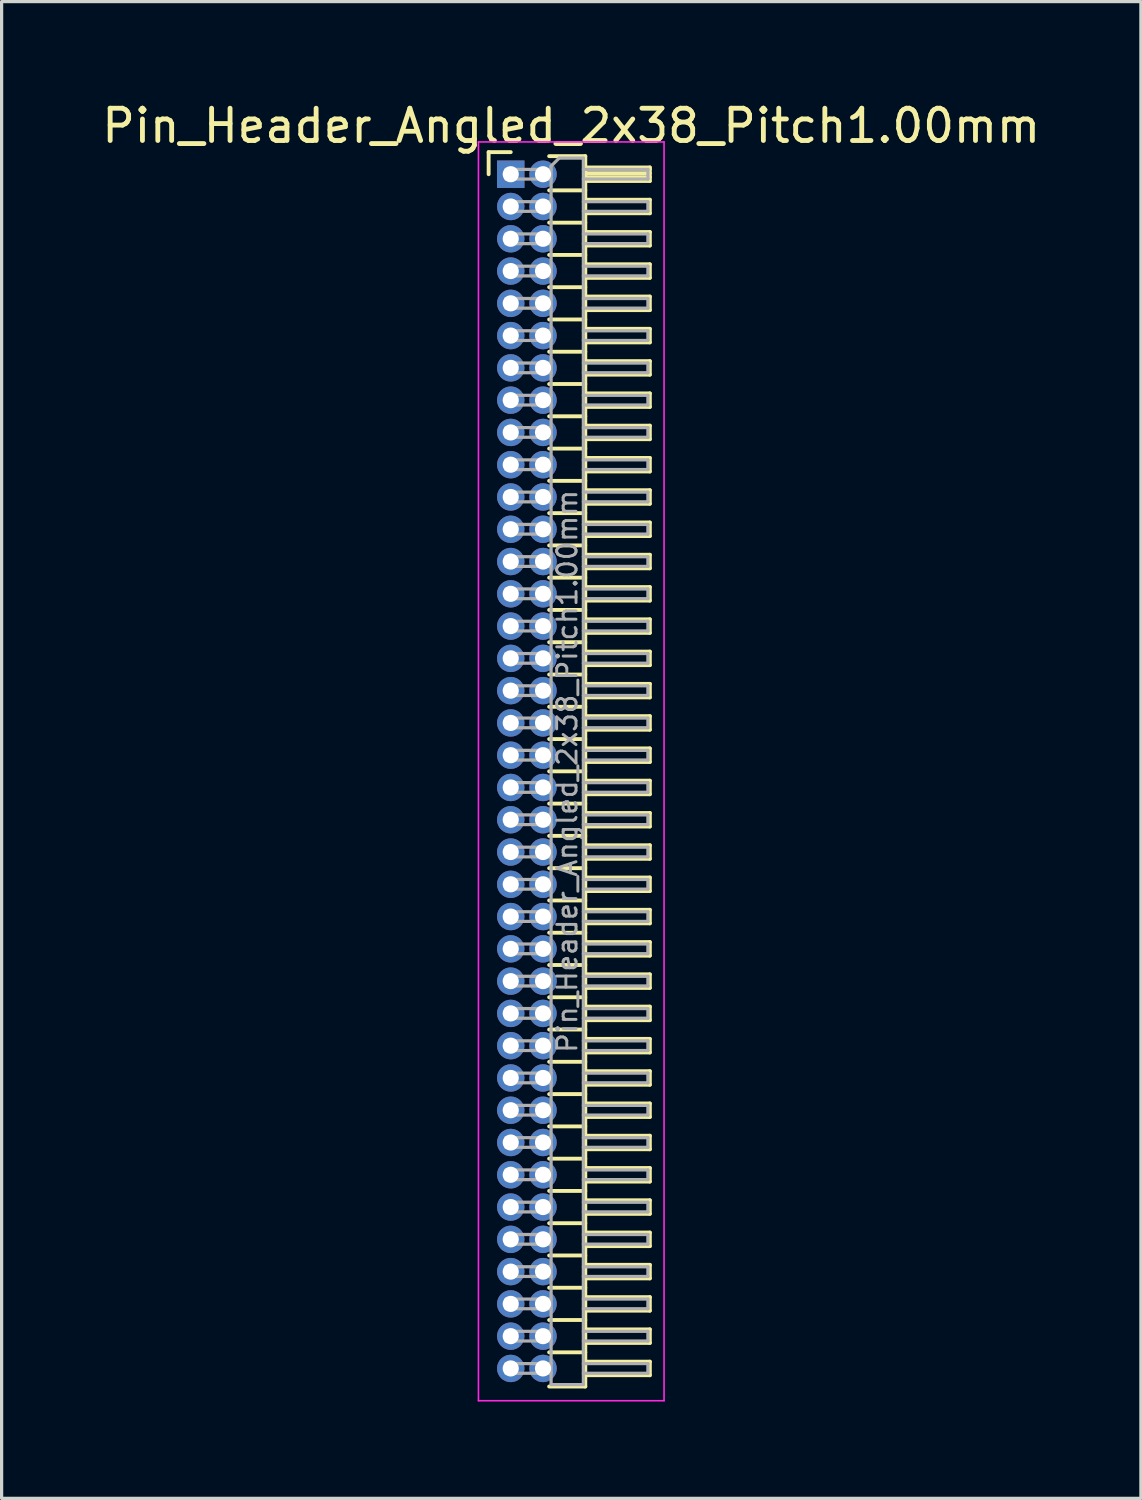
<source format=kicad_pcb>
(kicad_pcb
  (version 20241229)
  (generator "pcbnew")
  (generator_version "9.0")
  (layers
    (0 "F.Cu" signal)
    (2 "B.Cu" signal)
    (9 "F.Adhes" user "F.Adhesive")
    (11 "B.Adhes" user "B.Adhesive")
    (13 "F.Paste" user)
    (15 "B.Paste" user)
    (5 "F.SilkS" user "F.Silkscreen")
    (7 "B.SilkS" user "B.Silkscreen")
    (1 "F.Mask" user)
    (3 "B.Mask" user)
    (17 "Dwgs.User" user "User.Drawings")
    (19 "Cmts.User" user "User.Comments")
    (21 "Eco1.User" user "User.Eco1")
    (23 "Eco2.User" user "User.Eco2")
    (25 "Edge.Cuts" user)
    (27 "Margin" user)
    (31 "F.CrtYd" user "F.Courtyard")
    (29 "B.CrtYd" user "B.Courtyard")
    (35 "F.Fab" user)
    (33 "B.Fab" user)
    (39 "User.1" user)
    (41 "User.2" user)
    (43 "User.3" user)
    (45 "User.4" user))
  (footprint "Pin_Header_Angled_2x38_Pitch1.00mm"
    (layer "F.Cu")
    (at 12.774 2.348)
    (property "Reference" "Pin_Header_Angled_2x38_Pitch1.00mm" (at 1.875 -1.5 0) (layer "F.SilkS") (effects (font (size 1 1) (thickness 0.15))))
    (attr through_hole)
    (fp_line (start -0.685 -0.685) (end 0 -0.685) (stroke (width 0.12) (type solid)) (layer "F.SilkS"))
    (fp_line (start -0.685 0) (end -0.685 -0.685) (stroke (width 0.12) (type solid)) (layer "F.SilkS"))
    (fp_line (start 1.19 -0.56) (end 2.31 -0.56) (stroke (width 0.12) (type solid)) (layer "F.SilkS"))
    (fp_line (start 1.19 0.5) (end 2.31 0.5) (stroke (width 0.12) (type solid)) (layer "F.SilkS"))
    (fp_line (start 1.19 1.5) (end 2.31 1.5) (stroke (width 0.12) (type solid)) (layer "F.SilkS"))
    (fp_line (start 1.19 2.5) (end 2.31 2.5) (stroke (width 0.12) (type solid)) (layer "F.SilkS"))
    (fp_line (start 1.19 3.5) (end 2.31 3.5) (stroke (width 0.12) (type solid)) (layer "F.SilkS"))
    (fp_line (start 1.19 4.5) (end 2.31 4.5) (stroke (width 0.12) (type solid)) (layer "F.SilkS"))
    (fp_line (start 1.19 5.5) (end 2.31 5.5) (stroke (width 0.12) (type solid)) (layer "F.SilkS"))
    (fp_line (start 1.19 6.5) (end 2.31 6.5) (stroke (width 0.12) (type solid)) (layer "F.SilkS"))
    (fp_line (start 1.19 7.5) (end 2.31 7.5) (stroke (width 0.12) (type solid)) (layer "F.SilkS"))
    (fp_line (start 1.19 8.5) (end 2.31 8.5) (stroke (width 0.12) (type solid)) (layer "F.SilkS"))
    (fp_line (start 1.19 9.5) (end 2.31 9.5) (stroke (width 0.12) (type solid)) (layer "F.SilkS"))
    (fp_line (start 1.19 10.5) (end 2.31 10.5) (stroke (width 0.12) (type solid)) (layer "F.SilkS"))
    (fp_line (start 1.19 11.5) (end 2.31 11.5) (stroke (width 0.12) (type solid)) (layer "F.SilkS"))
    (fp_line (start 1.19 12.5) (end 2.31 12.5) (stroke (width 0.12) (type solid)) (layer "F.SilkS"))
    (fp_line (start 1.19 13.5) (end 2.31 13.5) (stroke (width 0.12) (type solid)) (layer "F.SilkS"))
    (fp_line (start 1.19 14.5) (end 2.31 14.5) (stroke (width 0.12) (type solid)) (layer "F.SilkS"))
    (fp_line (start 1.19 15.5) (end 2.31 15.5) (stroke (width 0.12) (type solid)) (layer "F.SilkS"))
    (fp_line (start 1.19 16.5) (end 2.31 16.5) (stroke (width 0.12) (type solid)) (layer "F.SilkS"))
    (fp_line (start 1.19 17.5) (end 2.31 17.5) (stroke (width 0.12) (type solid)) (layer "F.SilkS"))
    (fp_line (start 1.19 18.5) (end 2.31 18.5) (stroke (width 0.12) (type solid)) (layer "F.SilkS"))
    (fp_line (start 1.19 19.5) (end 2.31 19.5) (stroke (width 0.12) (type solid)) (layer "F.SilkS"))
    (fp_line (start 1.19 20.5) (end 2.31 20.5) (stroke (width 0.12) (type solid)) (layer "F.SilkS"))
    (fp_line (start 1.19 21.5) (end 2.31 21.5) (stroke (width 0.12) (type solid)) (layer "F.SilkS"))
    (fp_line (start 1.19 22.5) (end 2.31 22.5) (stroke (width 0.12) (type solid)) (layer "F.SilkS"))
    (fp_line (start 1.19 23.5) (end 2.31 23.5) (stroke (width 0.12) (type solid)) (layer "F.SilkS"))
    (fp_line (start 1.19 24.5) (end 2.31 24.5) (stroke (width 0.12) (type solid)) (layer "F.SilkS"))
    (fp_line (start 1.19 25.5) (end 2.31 25.5) (stroke (width 0.12) (type solid)) (layer "F.SilkS"))
    (fp_line (start 1.19 26.5) (end 2.31 26.5) (stroke (width 0.12) (type solid)) (layer "F.SilkS"))
    (fp_line (start 1.19 27.5) (end 2.31 27.5) (stroke (width 0.12) (type solid)) (layer "F.SilkS"))
    (fp_line (start 1.19 28.5) (end 2.31 28.5) (stroke (width 0.12) (type solid)) (layer "F.SilkS"))
    (fp_line (start 1.19 29.5) (end 2.31 29.5) (stroke (width 0.12) (type solid)) (layer "F.SilkS"))
    (fp_line (start 1.19 30.5) (end 2.31 30.5) (stroke (width 0.12) (type solid)) (layer "F.SilkS"))
    (fp_line (start 1.19 31.5) (end 2.31 31.5) (stroke (width 0.12) (type solid)) (layer "F.SilkS"))
    (fp_line (start 1.19 32.5) (end 2.31 32.5) (stroke (width 0.12) (type solid)) (layer "F.SilkS"))
    (fp_line (start 1.19 33.5) (end 2.31 33.5) (stroke (width 0.12) (type solid)) (layer "F.SilkS"))
    (fp_line (start 1.19 34.5) (end 2.31 34.5) (stroke (width 0.12) (type solid)) (layer "F.SilkS"))
    (fp_line (start 1.19 35.5) (end 2.31 35.5) (stroke (width 0.12) (type solid)) (layer "F.SilkS"))
    (fp_line (start 1.19 36.5) (end 2.31 36.5) (stroke (width 0.12) (type solid)) (layer "F.SilkS"))
    (fp_line (start 2.31 -0.56) (end 2.31 37.56) (stroke (width 0.12) (type solid)) (layer "F.SilkS"))
    (fp_line (start 2.31 -0.21) (end 4.31 -0.21) (stroke (width 0.12) (type solid)) (layer "F.SilkS"))
    (fp_line (start 2.31 -0.15) (end 4.31 -0.15) (stroke (width 0.12) (type solid)) (layer "F.SilkS"))
    (fp_line (start 2.31 -0.03) (end 4.31 -0.03) (stroke (width 0.12) (type solid)) (layer "F.SilkS"))
    (fp_line (start 2.31 0.09) (end 4.31 0.09) (stroke (width 0.12) (type solid)) (layer "F.SilkS"))
    (fp_line (start 2.31 0.79) (end 4.31 0.79) (stroke (width 0.12) (type solid)) (layer "F.SilkS"))
    (fp_line (start 2.31 1.79) (end 4.31 1.79) (stroke (width 0.12) (type solid)) (layer "F.SilkS"))
    (fp_line (start 2.31 2.79) (end 4.31 2.79) (stroke (width 0.12) (type solid)) (layer "F.SilkS"))
    (fp_line (start 2.31 3.79) (end 4.31 3.79) (stroke (width 0.12) (type solid)) (layer "F.SilkS"))
    (fp_line (start 2.31 4.79) (end 4.31 4.79) (stroke (width 0.12) (type solid)) (layer "F.SilkS"))
    (fp_line (start 2.31 5.79) (end 4.31 5.79) (stroke (width 0.12) (type solid)) (layer "F.SilkS"))
    (fp_line (start 2.31 6.79) (end 4.31 6.79) (stroke (width 0.12) (type solid)) (layer "F.SilkS"))
    (fp_line (start 2.31 7.79) (end 4.31 7.79) (stroke (width 0.12) (type solid)) (layer "F.SilkS"))
    (fp_line (start 2.31 8.79) (end 4.31 8.79) (stroke (width 0.12) (type solid)) (layer "F.SilkS"))
    (fp_line (start 2.31 9.79) (end 4.31 9.79) (stroke (width 0.12) (type solid)) (layer "F.SilkS"))
    (fp_line (start 2.31 10.79) (end 4.31 10.79) (stroke (width 0.12) (type solid)) (layer "F.SilkS"))
    (fp_line (start 2.31 11.79) (end 4.31 11.79) (stroke (width 0.12) (type solid)) (layer "F.SilkS"))
    (fp_line (start 2.31 12.79) (end 4.31 12.79) (stroke (width 0.12) (type solid)) (layer "F.SilkS"))
    (fp_line (start 2.31 13.79) (end 4.31 13.79) (stroke (width 0.12) (type solid)) (layer "F.SilkS"))
    (fp_line (start 2.31 14.79) (end 4.31 14.79) (stroke (width 0.12) (type solid)) (layer "F.SilkS"))
    (fp_line (start 2.31 15.79) (end 4.31 15.79) (stroke (width 0.12) (type solid)) (layer "F.SilkS"))
    (fp_line (start 2.31 16.79) (end 4.31 16.79) (stroke (width 0.12) (type solid)) (layer "F.SilkS"))
    (fp_line (start 2.31 17.79) (end 4.31 17.79) (stroke (width 0.12) (type solid)) (layer "F.SilkS"))
    (fp_line (start 2.31 18.79) (end 4.31 18.79) (stroke (width 0.12) (type solid)) (layer "F.SilkS"))
    (fp_line (start 2.31 19.79) (end 4.31 19.79) (stroke (width 0.12) (type solid)) (layer "F.SilkS"))
    (fp_line (start 2.31 20.79) (end 4.31 20.79) (stroke (width 0.12) (type solid)) (layer "F.SilkS"))
    (fp_line (start 2.31 21.79) (end 4.31 21.79) (stroke (width 0.12) (type solid)) (layer "F.SilkS"))
    (fp_line (start 2.31 22.79) (end 4.31 22.79) (stroke (width 0.12) (type solid)) (layer "F.SilkS"))
    (fp_line (start 2.31 23.79) (end 4.31 23.79) (stroke (width 0.12) (type solid)) (layer "F.SilkS"))
    (fp_line (start 2.31 24.79) (end 4.31 24.79) (stroke (width 0.12) (type solid)) (layer "F.SilkS"))
    (fp_line (start 2.31 25.79) (end 4.31 25.79) (stroke (width 0.12) (type solid)) (layer "F.SilkS"))
    (fp_line (start 2.31 26.79) (end 4.31 26.79) (stroke (width 0.12) (type solid)) (layer "F.SilkS"))
    (fp_line (start 2.31 27.79) (end 4.31 27.79) (stroke (width 0.12) (type solid)) (layer "F.SilkS"))
    (fp_line (start 2.31 28.79) (end 4.31 28.79) (stroke (width 0.12) (type solid)) (layer "F.SilkS"))
    (fp_line (start 2.31 29.79) (end 4.31 29.79) (stroke (width 0.12) (type solid)) (layer "F.SilkS"))
    (fp_line (start 2.31 30.79) (end 4.31 30.79) (stroke (width 0.12) (type solid)) (layer "F.SilkS"))
    (fp_line (start 2.31 31.79) (end 4.31 31.79) (stroke (width 0.12) (type solid)) (layer "F.SilkS"))
    (fp_line (start 2.31 32.79) (end 4.31 32.79) (stroke (width 0.12) (type solid)) (layer "F.SilkS"))
    (fp_line (start 2.31 33.79) (end 4.31 33.79) (stroke (width 0.12) (type solid)) (layer "F.SilkS"))
    (fp_line (start 2.31 34.79) (end 4.31 34.79) (stroke (width 0.12) (type solid)) (layer "F.SilkS"))
    (fp_line (start 2.31 35.79) (end 4.31 35.79) (stroke (width 0.12) (type solid)) (layer "F.SilkS"))
    (fp_line (start 2.31 36.79) (end 4.31 36.79) (stroke (width 0.12) (type solid)) (layer "F.SilkS"))
    (fp_line (start 2.31 37.56) (end 1.19 37.56) (stroke (width 0.12) (type solid)) (layer "F.SilkS"))
    (fp_line (start 4.31 -0.21) (end 4.31 0.21) (stroke (width 0.12) (type solid)) (layer "F.SilkS"))
    (fp_line (start 4.31 0.21) (end 2.31 0.21) (stroke (width 0.12) (type solid)) (layer "F.SilkS"))
    (fp_line (start 4.31 0.79) (end 4.31 1.21) (stroke (width 0.12) (type solid)) (layer "F.SilkS"))
    (fp_line (start 4.31 1.21) (end 2.31 1.21) (stroke (width 0.12) (type solid)) (layer "F.SilkS"))
    (fp_line (start 4.31 1.79) (end 4.31 2.21) (stroke (width 0.12) (type solid)) (layer "F.SilkS"))
    (fp_line (start 4.31 2.21) (end 2.31 2.21) (stroke (width 0.12) (type solid)) (layer "F.SilkS"))
    (fp_line (start 4.31 2.79) (end 4.31 3.21) (stroke (width 0.12) (type solid)) (layer "F.SilkS"))
    (fp_line (start 4.31 3.21) (end 2.31 3.21) (stroke (width 0.12) (type solid)) (layer "F.SilkS"))
    (fp_line (start 4.31 3.79) (end 4.31 4.21) (stroke (width 0.12) (type solid)) (layer "F.SilkS"))
    (fp_line (start 4.31 4.21) (end 2.31 4.21) (stroke (width 0.12) (type solid)) (layer "F.SilkS"))
    (fp_line (start 4.31 4.79) (end 4.31 5.21) (stroke (width 0.12) (type solid)) (layer "F.SilkS"))
    (fp_line (start 4.31 5.21) (end 2.31 5.21) (stroke (width 0.12) (type solid)) (layer "F.SilkS"))
    (fp_line (start 4.31 5.79) (end 4.31 6.21) (stroke (width 0.12) (type solid)) (layer "F.SilkS"))
    (fp_line (start 4.31 6.21) (end 2.31 6.21) (stroke (width 0.12) (type solid)) (layer "F.SilkS"))
    (fp_line (start 4.31 6.79) (end 4.31 7.21) (stroke (width 0.12) (type solid)) (layer "F.SilkS"))
    (fp_line (start 4.31 7.21) (end 2.31 7.21) (stroke (width 0.12) (type solid)) (layer "F.SilkS"))
    (fp_line (start 4.31 7.79) (end 4.31 8.21) (stroke (width 0.12) (type solid)) (layer "F.SilkS"))
    (fp_line (start 4.31 8.21) (end 2.31 8.21) (stroke (width 0.12) (type solid)) (layer "F.SilkS"))
    (fp_line (start 4.31 8.79) (end 4.31 9.21) (stroke (width 0.12) (type solid)) (layer "F.SilkS"))
    (fp_line (start 4.31 9.21) (end 2.31 9.21) (stroke (width 0.12) (type solid)) (layer "F.SilkS"))
    (fp_line (start 4.31 9.79) (end 4.31 10.21) (stroke (width 0.12) (type solid)) (layer "F.SilkS"))
    (fp_line (start 4.31 10.21) (end 2.31 10.21) (stroke (width 0.12) (type solid)) (layer "F.SilkS"))
    (fp_line (start 4.31 10.79) (end 4.31 11.21) (stroke (width 0.12) (type solid)) (layer "F.SilkS"))
    (fp_line (start 4.31 11.21) (end 2.31 11.21) (stroke (width 0.12) (type solid)) (layer "F.SilkS"))
    (fp_line (start 4.31 11.79) (end 4.31 12.21) (stroke (width 0.12) (type solid)) (layer "F.SilkS"))
    (fp_line (start 4.31 12.21) (end 2.31 12.21) (stroke (width 0.12) (type solid)) (layer "F.SilkS"))
    (fp_line (start 4.31 12.79) (end 4.31 13.21) (stroke (width 0.12) (type solid)) (layer "F.SilkS"))
    (fp_line (start 4.31 13.21) (end 2.31 13.21) (stroke (width 0.12) (type solid)) (layer "F.SilkS"))
    (fp_line (start 4.31 13.79) (end 4.31 14.21) (stroke (width 0.12) (type solid)) (layer "F.SilkS"))
    (fp_line (start 4.31 14.21) (end 2.31 14.21) (stroke (width 0.12) (type solid)) (layer "F.SilkS"))
    (fp_line (start 4.31 14.79) (end 4.31 15.21) (stroke (width 0.12) (type solid)) (layer "F.SilkS"))
    (fp_line (start 4.31 15.21) (end 2.31 15.21) (stroke (width 0.12) (type solid)) (layer "F.SilkS"))
    (fp_line (start 4.31 15.79) (end 4.31 16.21) (stroke (width 0.12) (type solid)) (layer "F.SilkS"))
    (fp_line (start 4.31 16.21) (end 2.31 16.21) (stroke (width 0.12) (type solid)) (layer "F.SilkS"))
    (fp_line (start 4.31 16.79) (end 4.31 17.21) (stroke (width 0.12) (type solid)) (layer "F.SilkS"))
    (fp_line (start 4.31 17.21) (end 2.31 17.21) (stroke (width 0.12) (type solid)) (layer "F.SilkS"))
    (fp_line (start 4.31 17.79) (end 4.31 18.21) (stroke (width 0.12) (type solid)) (layer "F.SilkS"))
    (fp_line (start 4.31 18.21) (end 2.31 18.21) (stroke (width 0.12) (type solid)) (layer "F.SilkS"))
    (fp_line (start 4.31 18.79) (end 4.31 19.21) (stroke (width 0.12) (type solid)) (layer "F.SilkS"))
    (fp_line (start 4.31 19.21) (end 2.31 19.21) (stroke (width 0.12) (type solid)) (layer "F.SilkS"))
    (fp_line (start 4.31 19.79) (end 4.31 20.21) (stroke (width 0.12) (type solid)) (layer "F.SilkS"))
    (fp_line (start 4.31 20.21) (end 2.31 20.21) (stroke (width 0.12) (type solid)) (layer "F.SilkS"))
    (fp_line (start 4.31 20.79) (end 4.31 21.21) (stroke (width 0.12) (type solid)) (layer "F.SilkS"))
    (fp_line (start 4.31 21.21) (end 2.31 21.21) (stroke (width 0.12) (type solid)) (layer "F.SilkS"))
    (fp_line (start 4.31 21.79) (end 4.31 22.21) (stroke (width 0.12) (type solid)) (layer "F.SilkS"))
    (fp_line (start 4.31 22.21) (end 2.31 22.21) (stroke (width 0.12) (type solid)) (layer "F.SilkS"))
    (fp_line (start 4.31 22.79) (end 4.31 23.21) (stroke (width 0.12) (type solid)) (layer "F.SilkS"))
    (fp_line (start 4.31 23.21) (end 2.31 23.21) (stroke (width 0.12) (type solid)) (layer "F.SilkS"))
    (fp_line (start 4.31 23.79) (end 4.31 24.21) (stroke (width 0.12) (type solid)) (layer "F.SilkS"))
    (fp_line (start 4.31 24.21) (end 2.31 24.21) (stroke (width 0.12) (type solid)) (layer "F.SilkS"))
    (fp_line (start 4.31 24.79) (end 4.31 25.21) (stroke (width 0.12) (type solid)) (layer "F.SilkS"))
    (fp_line (start 4.31 25.21) (end 2.31 25.21) (stroke (width 0.12) (type solid)) (layer "F.SilkS"))
    (fp_line (start 4.31 25.79) (end 4.31 26.21) (stroke (width 0.12) (type solid)) (layer "F.SilkS"))
    (fp_line (start 4.31 26.21) (end 2.31 26.21) (stroke (width 0.12) (type solid)) (layer "F.SilkS"))
    (fp_line (start 4.31 26.79) (end 4.31 27.21) (stroke (width 0.12) (type solid)) (layer "F.SilkS"))
    (fp_line (start 4.31 27.21) (end 2.31 27.21) (stroke (width 0.12) (type solid)) (layer "F.SilkS"))
    (fp_line (start 4.31 27.79) (end 4.31 28.21) (stroke (width 0.12) (type solid)) (layer "F.SilkS"))
    (fp_line (start 4.31 28.21) (end 2.31 28.21) (stroke (width 0.12) (type solid)) (layer "F.SilkS"))
    (fp_line (start 4.31 28.79) (end 4.31 29.21) (stroke (width 0.12) (type solid)) (layer "F.SilkS"))
    (fp_line (start 4.31 29.21) (end 2.31 29.21) (stroke (width 0.12) (type solid)) (layer "F.SilkS"))
    (fp_line (start 4.31 29.79) (end 4.31 30.21) (stroke (width 0.12) (type solid)) (layer "F.SilkS"))
    (fp_line (start 4.31 30.21) (end 2.31 30.21) (stroke (width 0.12) (type solid)) (layer "F.SilkS"))
    (fp_line (start 4.31 30.79) (end 4.31 31.21) (stroke (width 0.12) (type solid)) (layer "F.SilkS"))
    (fp_line (start 4.31 31.21) (end 2.31 31.21) (stroke (width 0.12) (type solid)) (layer "F.SilkS"))
    (fp_line (start 4.31 31.79) (end 4.31 32.21) (stroke (width 0.12) (type solid)) (layer "F.SilkS"))
    (fp_line (start 4.31 32.21) (end 2.31 32.21) (stroke (width 0.12) (type solid)) (layer "F.SilkS"))
    (fp_line (start 4.31 32.79) (end 4.31 33.21) (stroke (width 0.12) (type solid)) (layer "F.SilkS"))
    (fp_line (start 4.31 33.21) (end 2.31 33.21) (stroke (width 0.12) (type solid)) (layer "F.SilkS"))
    (fp_line (start 4.31 33.79) (end 4.31 34.21) (stroke (width 0.12) (type solid)) (layer "F.SilkS"))
    (fp_line (start 4.31 34.21) (end 2.31 34.21) (stroke (width 0.12) (type solid)) (layer "F.SilkS"))
    (fp_line (start 4.31 34.79) (end 4.31 35.21) (stroke (width 0.12) (type solid)) (layer "F.SilkS"))
    (fp_line (start 4.31 35.21) (end 2.31 35.21) (stroke (width 0.12) (type solid)) (layer "F.SilkS"))
    (fp_line (start 4.31 35.79) (end 4.31 36.21) (stroke (width 0.12) (type solid)) (layer "F.SilkS"))
    (fp_line (start 4.31 36.21) (end 2.31 36.21) (stroke (width 0.12) (type solid)) (layer "F.SilkS"))
    (fp_line (start 4.31 36.79) (end 4.31 37.21) (stroke (width 0.12) (type solid)) (layer "F.SilkS"))
    (fp_line (start 4.31 37.21) (end 2.31 37.21) (stroke (width 0.12) (type solid)) (layer "F.SilkS"))
    (fp_line (start -1 -1) (end -1 38) (stroke (width 0.05) (type solid)) (layer "F.CrtYd"))
    (fp_line (start -1 38) (end 4.75 38) (stroke (width 0.05) (type solid)) (layer "F.CrtYd"))
    (fp_line (start 4.75 -1) (end -1 -1) (stroke (width 0.05) (type solid)) (layer "F.CrtYd"))
    (fp_line (start 4.75 38) (end 4.75 -1) (stroke (width 0.05) (type solid)) (layer "F.CrtYd"))
    (fp_line (start -0.15 -0.15) (end -0.15 0.15) (stroke (width 0.1) (type solid)) (layer "F.Fab"))
    (fp_line (start -0.15 -0.15) (end 1.25 -0.15) (stroke (width 0.1) (type solid)) (layer "F.Fab"))
    (fp_line (start -0.15 0.15) (end 1.25 0.15) (stroke (width 0.1) (type solid)) (layer "F.Fab"))
    (fp_line (start -0.15 0.85) (end -0.15 1.15) (stroke (width 0.1) (type solid)) (layer "F.Fab"))
    (fp_line (start -0.15 0.85) (end 1.25 0.85) (stroke (width 0.1) (type solid)) (layer "F.Fab"))
    (fp_line (start -0.15 1.15) (end 1.25 1.15) (stroke (width 0.1) (type solid)) (layer "F.Fab"))
    (fp_line (start -0.15 1.85) (end -0.15 2.15) (stroke (width 0.1) (type solid)) (layer "F.Fab"))
    (fp_line (start -0.15 1.85) (end 1.25 1.85) (stroke (width 0.1) (type solid)) (layer "F.Fab"))
    (fp_line (start -0.15 2.15) (end 1.25 2.15) (stroke (width 0.1) (type solid)) (layer "F.Fab"))
    (fp_line (start -0.15 2.85) (end -0.15 3.15) (stroke (width 0.1) (type solid)) (layer "F.Fab"))
    (fp_line (start -0.15 2.85) (end 1.25 2.85) (stroke (width 0.1) (type solid)) (layer "F.Fab"))
    (fp_line (start -0.15 3.15) (end 1.25 3.15) (stroke (width 0.1) (type solid)) (layer "F.Fab"))
    (fp_line (start -0.15 3.85) (end -0.15 4.15) (stroke (width 0.1) (type solid)) (layer "F.Fab"))
    (fp_line (start -0.15 3.85) (end 1.25 3.85) (stroke (width 0.1) (type solid)) (layer "F.Fab"))
    (fp_line (start -0.15 4.15) (end 1.25 4.15) (stroke (width 0.1) (type solid)) (layer "F.Fab"))
    (fp_line (start -0.15 4.85) (end -0.15 5.15) (stroke (width 0.1) (type solid)) (layer "F.Fab"))
    (fp_line (start -0.15 4.85) (end 1.25 4.85) (stroke (width 0.1) (type solid)) (layer "F.Fab"))
    (fp_line (start -0.15 5.15) (end 1.25 5.15) (stroke (width 0.1) (type solid)) (layer "F.Fab"))
    (fp_line (start -0.15 5.85) (end -0.15 6.15) (stroke (width 0.1) (type solid)) (layer "F.Fab"))
    (fp_line (start -0.15 5.85) (end 1.25 5.85) (stroke (width 0.1) (type solid)) (layer "F.Fab"))
    (fp_line (start -0.15 6.15) (end 1.25 6.15) (stroke (width 0.1) (type solid)) (layer "F.Fab"))
    (fp_line (start -0.15 6.85) (end -0.15 7.15) (stroke (width 0.1) (type solid)) (layer "F.Fab"))
    (fp_line (start -0.15 6.85) (end 1.25 6.85) (stroke (width 0.1) (type solid)) (layer "F.Fab"))
    (fp_line (start -0.15 7.15) (end 1.25 7.15) (stroke (width 0.1) (type solid)) (layer "F.Fab"))
    (fp_line (start -0.15 7.85) (end -0.15 8.15) (stroke (width 0.1) (type solid)) (layer "F.Fab"))
    (fp_line (start -0.15 7.85) (end 1.25 7.85) (stroke (width 0.1) (type solid)) (layer "F.Fab"))
    (fp_line (start -0.15 8.15) (end 1.25 8.15) (stroke (width 0.1) (type solid)) (layer "F.Fab"))
    (fp_line (start -0.15 8.85) (end -0.15 9.15) (stroke (width 0.1) (type solid)) (layer "F.Fab"))
    (fp_line (start -0.15 8.85) (end 1.25 8.85) (stroke (width 0.1) (type solid)) (layer "F.Fab"))
    (fp_line (start -0.15 9.15) (end 1.25 9.15) (stroke (width 0.1) (type solid)) (layer "F.Fab"))
    (fp_line (start -0.15 9.85) (end -0.15 10.15) (stroke (width 0.1) (type solid)) (layer "F.Fab"))
    (fp_line (start -0.15 9.85) (end 1.25 9.85) (stroke (width 0.1) (type solid)) (layer "F.Fab"))
    (fp_line (start -0.15 10.15) (end 1.25 10.15) (stroke (width 0.1) (type solid)) (layer "F.Fab"))
    (fp_line (start -0.15 10.85) (end -0.15 11.15) (stroke (width 0.1) (type solid)) (layer "F.Fab"))
    (fp_line (start -0.15 10.85) (end 1.25 10.85) (stroke (width 0.1) (type solid)) (layer "F.Fab"))
    (fp_line (start -0.15 11.15) (end 1.25 11.15) (stroke (width 0.1) (type solid)) (layer "F.Fab"))
    (fp_line (start -0.15 11.85) (end -0.15 12.15) (stroke (width 0.1) (type solid)) (layer "F.Fab"))
    (fp_line (start -0.15 11.85) (end 1.25 11.85) (stroke (width 0.1) (type solid)) (layer "F.Fab"))
    (fp_line (start -0.15 12.15) (end 1.25 12.15) (stroke (width 0.1) (type solid)) (layer "F.Fab"))
    (fp_line (start -0.15 12.85) (end -0.15 13.15) (stroke (width 0.1) (type solid)) (layer "F.Fab"))
    (fp_line (start -0.15 12.85) (end 1.25 12.85) (stroke (width 0.1) (type solid)) (layer "F.Fab"))
    (fp_line (start -0.15 13.15) (end 1.25 13.15) (stroke (width 0.1) (type solid)) (layer "F.Fab"))
    (fp_line (start -0.15 13.85) (end -0.15 14.15) (stroke (width 0.1) (type solid)) (layer "F.Fab"))
    (fp_line (start -0.15 13.85) (end 1.25 13.85) (stroke (width 0.1) (type solid)) (layer "F.Fab"))
    (fp_line (start -0.15 14.15) (end 1.25 14.15) (stroke (width 0.1) (type solid)) (layer "F.Fab"))
    (fp_line (start -0.15 14.85) (end -0.15 15.15) (stroke (width 0.1) (type solid)) (layer "F.Fab"))
    (fp_line (start -0.15 14.85) (end 1.25 14.85) (stroke (width 0.1) (type solid)) (layer "F.Fab"))
    (fp_line (start -0.15 15.15) (end 1.25 15.15) (stroke (width 0.1) (type solid)) (layer "F.Fab"))
    (fp_line (start -0.15 15.85) (end -0.15 16.15) (stroke (width 0.1) (type solid)) (layer "F.Fab"))
    (fp_line (start -0.15 15.85) (end 1.25 15.85) (stroke (width 0.1) (type solid)) (layer "F.Fab"))
    (fp_line (start -0.15 16.15) (end 1.25 16.15) (stroke (width 0.1) (type solid)) (layer "F.Fab"))
    (fp_line (start -0.15 16.85) (end -0.15 17.15) (stroke (width 0.1) (type solid)) (layer "F.Fab"))
    (fp_line (start -0.15 16.85) (end 1.25 16.85) (stroke (width 0.1) (type solid)) (layer "F.Fab"))
    (fp_line (start -0.15 17.15) (end 1.25 17.15) (stroke (width 0.1) (type solid)) (layer "F.Fab"))
    (fp_line (start -0.15 17.85) (end -0.15 18.15) (stroke (width 0.1) (type solid)) (layer "F.Fab"))
    (fp_line (start -0.15 17.85) (end 1.25 17.85) (stroke (width 0.1) (type solid)) (layer "F.Fab"))
    (fp_line (start -0.15 18.15) (end 1.25 18.15) (stroke (width 0.1) (type solid)) (layer "F.Fab"))
    (fp_line (start -0.15 18.85) (end -0.15 19.15) (stroke (width 0.1) (type solid)) (layer "F.Fab"))
    (fp_line (start -0.15 18.85) (end 1.25 18.85) (stroke (width 0.1) (type solid)) (layer "F.Fab"))
    (fp_line (start -0.15 19.15) (end 1.25 19.15) (stroke (width 0.1) (type solid)) (layer "F.Fab"))
    (fp_line (start -0.15 19.85) (end -0.15 20.15) (stroke (width 0.1) (type solid)) (layer "F.Fab"))
    (fp_line (start -0.15 19.85) (end 1.25 19.85) (stroke (width 0.1) (type solid)) (layer "F.Fab"))
    (fp_line (start -0.15 20.15) (end 1.25 20.15) (stroke (width 0.1) (type solid)) (layer "F.Fab"))
    (fp_line (start -0.15 20.85) (end -0.15 21.15) (stroke (width 0.1) (type solid)) (layer "F.Fab"))
    (fp_line (start -0.15 20.85) (end 1.25 20.85) (stroke (width 0.1) (type solid)) (layer "F.Fab"))
    (fp_line (start -0.15 21.15) (end 1.25 21.15) (stroke (width 0.1) (type solid)) (layer "F.Fab"))
    (fp_line (start -0.15 21.85) (end -0.15 22.15) (stroke (width 0.1) (type solid)) (layer "F.Fab"))
    (fp_line (start -0.15 21.85) (end 1.25 21.85) (stroke (width 0.1) (type solid)) (layer "F.Fab"))
    (fp_line (start -0.15 22.15) (end 1.25 22.15) (stroke (width 0.1) (type solid)) (layer "F.Fab"))
    (fp_line (start -0.15 22.85) (end -0.15 23.15) (stroke (width 0.1) (type solid)) (layer "F.Fab"))
    (fp_line (start -0.15 22.85) (end 1.25 22.85) (stroke (width 0.1) (type solid)) (layer "F.Fab"))
    (fp_line (start -0.15 23.15) (end 1.25 23.15) (stroke (width 0.1) (type solid)) (layer "F.Fab"))
    (fp_line (start -0.15 23.85) (end -0.15 24.15) (stroke (width 0.1) (type solid)) (layer "F.Fab"))
    (fp_line (start -0.15 23.85) (end 1.25 23.85) (stroke (width 0.1) (type solid)) (layer "F.Fab"))
    (fp_line (start -0.15 24.15) (end 1.25 24.15) (stroke (width 0.1) (type solid)) (layer "F.Fab"))
    (fp_line (start -0.15 24.85) (end -0.15 25.15) (stroke (width 0.1) (type solid)) (layer "F.Fab"))
    (fp_line (start -0.15 24.85) (end 1.25 24.85) (stroke (width 0.1) (type solid)) (layer "F.Fab"))
    (fp_line (start -0.15 25.15) (end 1.25 25.15) (stroke (width 0.1) (type solid)) (layer "F.Fab"))
    (fp_line (start -0.15 25.85) (end -0.15 26.15) (stroke (width 0.1) (type solid)) (layer "F.Fab"))
    (fp_line (start -0.15 25.85) (end 1.25 25.85) (stroke (width 0.1) (type solid)) (layer "F.Fab"))
    (fp_line (start -0.15 26.15) (end 1.25 26.15) (stroke (width 0.1) (type solid)) (layer "F.Fab"))
    (fp_line (start -0.15 26.85) (end -0.15 27.15) (stroke (width 0.1) (type solid)) (layer "F.Fab"))
    (fp_line (start -0.15 26.85) (end 1.25 26.85) (stroke (width 0.1) (type solid)) (layer "F.Fab"))
    (fp_line (start -0.15 27.15) (end 1.25 27.15) (stroke (width 0.1) (type solid)) (layer "F.Fab"))
    (fp_line (start -0.15 27.85) (end -0.15 28.15) (stroke (width 0.1) (type solid)) (layer "F.Fab"))
    (fp_line (start -0.15 27.85) (end 1.25 27.85) (stroke (width 0.1) (type solid)) (layer "F.Fab"))
    (fp_line (start -0.15 28.15) (end 1.25 28.15) (stroke (width 0.1) (type solid)) (layer "F.Fab"))
    (fp_line (start -0.15 28.85) (end -0.15 29.15) (stroke (width 0.1) (type solid)) (layer "F.Fab"))
    (fp_line (start -0.15 28.85) (end 1.25 28.85) (stroke (width 0.1) (type solid)) (layer "F.Fab"))
    (fp_line (start -0.15 29.15) (end 1.25 29.15) (stroke (width 0.1) (type solid)) (layer "F.Fab"))
    (fp_line (start -0.15 29.85) (end -0.15 30.15) (stroke (width 0.1) (type solid)) (layer "F.Fab"))
    (fp_line (start -0.15 29.85) (end 1.25 29.85) (stroke (width 0.1) (type solid)) (layer "F.Fab"))
    (fp_line (start -0.15 30.15) (end 1.25 30.15) (stroke (width 0.1) (type solid)) (layer "F.Fab"))
    (fp_line (start -0.15 30.85) (end -0.15 31.15) (stroke (width 0.1) (type solid)) (layer "F.Fab"))
    (fp_line (start -0.15 30.85) (end 1.25 30.85) (stroke (width 0.1) (type solid)) (layer "F.Fab"))
    (fp_line (start -0.15 31.15) (end 1.25 31.15) (stroke (width 0.1) (type solid)) (layer "F.Fab"))
    (fp_line (start -0.15 31.85) (end -0.15 32.15) (stroke (width 0.1) (type solid)) (layer "F.Fab"))
    (fp_line (start -0.15 31.85) (end 1.25 31.85) (stroke (width 0.1) (type solid)) (layer "F.Fab"))
    (fp_line (start -0.15 32.15) (end 1.25 32.15) (stroke (width 0.1) (type solid)) (layer "F.Fab"))
    (fp_line (start -0.15 32.85) (end -0.15 33.15) (stroke (width 0.1) (type solid)) (layer "F.Fab"))
    (fp_line (start -0.15 32.85) (end 1.25 32.85) (stroke (width 0.1) (type solid)) (layer "F.Fab"))
    (fp_line (start -0.15 33.15) (end 1.25 33.15) (stroke (width 0.1) (type solid)) (layer "F.Fab"))
    (fp_line (start -0.15 33.85) (end -0.15 34.15) (stroke (width 0.1) (type solid)) (layer "F.Fab"))
    (fp_line (start -0.15 33.85) (end 1.25 33.85) (stroke (width 0.1) (type solid)) (layer "F.Fab"))
    (fp_line (start -0.15 34.15) (end 1.25 34.15) (stroke (width 0.1) (type solid)) (layer "F.Fab"))
    (fp_line (start -0.15 34.85) (end -0.15 35.15) (stroke (width 0.1) (type solid)) (layer "F.Fab"))
    (fp_line (start -0.15 34.85) (end 1.25 34.85) (stroke (width 0.1) (type solid)) (layer "F.Fab"))
    (fp_line (start -0.15 35.15) (end 1.25 35.15) (stroke (width 0.1) (type solid)) (layer "F.Fab"))
    (fp_line (start -0.15 35.85) (end -0.15 36.15) (stroke (width 0.1) (type solid)) (layer "F.Fab"))
    (fp_line (start -0.15 35.85) (end 1.25 35.85) (stroke (width 0.1) (type solid)) (layer "F.Fab"))
    (fp_line (start -0.15 36.15) (end 1.25 36.15) (stroke (width 0.1) (type solid)) (layer "F.Fab"))
    (fp_line (start -0.15 36.85) (end -0.15 37.15) (stroke (width 0.1) (type solid)) (layer "F.Fab"))
    (fp_line (start -0.15 36.85) (end 1.25 36.85) (stroke (width 0.1) (type solid)) (layer "F.Fab"))
    (fp_line (start -0.15 37.15) (end 1.25 37.15) (stroke (width 0.1) (type solid)) (layer "F.Fab"))
    (fp_line (start 1.25 -0.25) (end 1.5 -0.5) (stroke (width 0.1) (type solid)) (layer "F.Fab"))
    (fp_line (start 1.25 37.5) (end 1.25 -0.25) (stroke (width 0.1) (type solid)) (layer "F.Fab"))
    (fp_line (start 1.5 -0.5) (end 2.25 -0.5) (stroke (width 0.1) (type solid)) (layer "F.Fab"))
    (fp_line (start 2.25 -0.5) (end 2.25 37.5) (stroke (width 0.1) (type solid)) (layer "F.Fab"))
    (fp_line (start 2.25 -0.15) (end 4.25 -0.15) (stroke (width 0.1) (type solid)) (layer "F.Fab"))
    (fp_line (start 2.25 0.15) (end 4.25 0.15) (stroke (width 0.1) (type solid)) (layer "F.Fab"))
    (fp_line (start 2.25 0.85) (end 4.25 0.85) (stroke (width 0.1) (type solid)) (layer "F.Fab"))
    (fp_line (start 2.25 1.15) (end 4.25 1.15) (stroke (width 0.1) (type solid)) (layer "F.Fab"))
    (fp_line (start 2.25 1.85) (end 4.25 1.85) (stroke (width 0.1) (type solid)) (layer "F.Fab"))
    (fp_line (start 2.25 2.15) (end 4.25 2.15) (stroke (width 0.1) (type solid)) (layer "F.Fab"))
    (fp_line (start 2.25 2.85) (end 4.25 2.85) (stroke (width 0.1) (type solid)) (layer "F.Fab"))
    (fp_line (start 2.25 3.15) (end 4.25 3.15) (stroke (width 0.1) (type solid)) (layer "F.Fab"))
    (fp_line (start 2.25 3.85) (end 4.25 3.85) (stroke (width 0.1) (type solid)) (layer "F.Fab"))
    (fp_line (start 2.25 4.15) (end 4.25 4.15) (stroke (width 0.1) (type solid)) (layer "F.Fab"))
    (fp_line (start 2.25 4.85) (end 4.25 4.85) (stroke (width 0.1) (type solid)) (layer "F.Fab"))
    (fp_line (start 2.25 5.15) (end 4.25 5.15) (stroke (width 0.1) (type solid)) (layer "F.Fab"))
    (fp_line (start 2.25 5.85) (end 4.25 5.85) (stroke (width 0.1) (type solid)) (layer "F.Fab"))
    (fp_line (start 2.25 6.15) (end 4.25 6.15) (stroke (width 0.1) (type solid)) (layer "F.Fab"))
    (fp_line (start 2.25 6.85) (end 4.25 6.85) (stroke (width 0.1) (type solid)) (layer "F.Fab"))
    (fp_line (start 2.25 7.15) (end 4.25 7.15) (stroke (width 0.1) (type solid)) (layer "F.Fab"))
    (fp_line (start 2.25 7.85) (end 4.25 7.85) (stroke (width 0.1) (type solid)) (layer "F.Fab"))
    (fp_line (start 2.25 8.15) (end 4.25 8.15) (stroke (width 0.1) (type solid)) (layer "F.Fab"))
    (fp_line (start 2.25 8.85) (end 4.25 8.85) (stroke (width 0.1) (type solid)) (layer "F.Fab"))
    (fp_line (start 2.25 9.15) (end 4.25 9.15) (stroke (width 0.1) (type solid)) (layer "F.Fab"))
    (fp_line (start 2.25 9.85) (end 4.25 9.85) (stroke (width 0.1) (type solid)) (layer "F.Fab"))
    (fp_line (start 2.25 10.15) (end 4.25 10.15) (stroke (width 0.1) (type solid)) (layer "F.Fab"))
    (fp_line (start 2.25 10.85) (end 4.25 10.85) (stroke (width 0.1) (type solid)) (layer "F.Fab"))
    (fp_line (start 2.25 11.15) (end 4.25 11.15) (stroke (width 0.1) (type solid)) (layer "F.Fab"))
    (fp_line (start 2.25 11.85) (end 4.25 11.85) (stroke (width 0.1) (type solid)) (layer "F.Fab"))
    (fp_line (start 2.25 12.15) (end 4.25 12.15) (stroke (width 0.1) (type solid)) (layer "F.Fab"))
    (fp_line (start 2.25 12.85) (end 4.25 12.85) (stroke (width 0.1) (type solid)) (layer "F.Fab"))
    (fp_line (start 2.25 13.15) (end 4.25 13.15) (stroke (width 0.1) (type solid)) (layer "F.Fab"))
    (fp_line (start 2.25 13.85) (end 4.25 13.85) (stroke (width 0.1) (type solid)) (layer "F.Fab"))
    (fp_line (start 2.25 14.15) (end 4.25 14.15) (stroke (width 0.1) (type solid)) (layer "F.Fab"))
    (fp_line (start 2.25 14.85) (end 4.25 14.85) (stroke (width 0.1) (type solid)) (layer "F.Fab"))
    (fp_line (start 2.25 15.15) (end 4.25 15.15) (stroke (width 0.1) (type solid)) (layer "F.Fab"))
    (fp_line (start 2.25 15.85) (end 4.25 15.85) (stroke (width 0.1) (type solid)) (layer "F.Fab"))
    (fp_line (start 2.25 16.15) (end 4.25 16.15) (stroke (width 0.1) (type solid)) (layer "F.Fab"))
    (fp_line (start 2.25 16.85) (end 4.25 16.85) (stroke (width 0.1) (type solid)) (layer "F.Fab"))
    (fp_line (start 2.25 17.15) (end 4.25 17.15) (stroke (width 0.1) (type solid)) (layer "F.Fab"))
    (fp_line (start 2.25 17.85) (end 4.25 17.85) (stroke (width 0.1) (type solid)) (layer "F.Fab"))
    (fp_line (start 2.25 18.15) (end 4.25 18.15) (stroke (width 0.1) (type solid)) (layer "F.Fab"))
    (fp_line (start 2.25 18.85) (end 4.25 18.85) (stroke (width 0.1) (type solid)) (layer "F.Fab"))
    (fp_line (start 2.25 19.15) (end 4.25 19.15) (stroke (width 0.1) (type solid)) (layer "F.Fab"))
    (fp_line (start 2.25 19.85) (end 4.25 19.85) (stroke (width 0.1) (type solid)) (layer "F.Fab"))
    (fp_line (start 2.25 20.15) (end 4.25 20.15) (stroke (width 0.1) (type solid)) (layer "F.Fab"))
    (fp_line (start 2.25 20.85) (end 4.25 20.85) (stroke (width 0.1) (type solid)) (layer "F.Fab"))
    (fp_line (start 2.25 21.15) (end 4.25 21.15) (stroke (width 0.1) (type solid)) (layer "F.Fab"))
    (fp_line (start 2.25 21.85) (end 4.25 21.85) (stroke (width 0.1) (type solid)) (layer "F.Fab"))
    (fp_line (start 2.25 22.15) (end 4.25 22.15) (stroke (width 0.1) (type solid)) (layer "F.Fab"))
    (fp_line (start 2.25 22.85) (end 4.25 22.85) (stroke (width 0.1) (type solid)) (layer "F.Fab"))
    (fp_line (start 2.25 23.15) (end 4.25 23.15) (stroke (width 0.1) (type solid)) (layer "F.Fab"))
    (fp_line (start 2.25 23.85) (end 4.25 23.85) (stroke (width 0.1) (type solid)) (layer "F.Fab"))
    (fp_line (start 2.25 24.15) (end 4.25 24.15) (stroke (width 0.1) (type solid)) (layer "F.Fab"))
    (fp_line (start 2.25 24.85) (end 4.25 24.85) (stroke (width 0.1) (type solid)) (layer "F.Fab"))
    (fp_line (start 2.25 25.15) (end 4.25 25.15) (stroke (width 0.1) (type solid)) (layer "F.Fab"))
    (fp_line (start 2.25 25.85) (end 4.25 25.85) (stroke (width 0.1) (type solid)) (layer "F.Fab"))
    (fp_line (start 2.25 26.15) (end 4.25 26.15) (stroke (width 0.1) (type solid)) (layer "F.Fab"))
    (fp_line (start 2.25 26.85) (end 4.25 26.85) (stroke (width 0.1) (type solid)) (layer "F.Fab"))
    (fp_line (start 2.25 27.15) (end 4.25 27.15) (stroke (width 0.1) (type solid)) (layer "F.Fab"))
    (fp_line (start 2.25 27.85) (end 4.25 27.85) (stroke (width 0.1) (type solid)) (layer "F.Fab"))
    (fp_line (start 2.25 28.15) (end 4.25 28.15) (stroke (width 0.1) (type solid)) (layer "F.Fab"))
    (fp_line (start 2.25 28.85) (end 4.25 28.85) (stroke (width 0.1) (type solid)) (layer "F.Fab"))
    (fp_line (start 2.25 29.15) (end 4.25 29.15) (stroke (width 0.1) (type solid)) (layer "F.Fab"))
    (fp_line (start 2.25 29.85) (end 4.25 29.85) (stroke (width 0.1) (type solid)) (layer "F.Fab"))
    (fp_line (start 2.25 30.15) (end 4.25 30.15) (stroke (width 0.1) (type solid)) (layer "F.Fab"))
    (fp_line (start 2.25 30.85) (end 4.25 30.85) (stroke (width 0.1) (type solid)) (layer "F.Fab"))
    (fp_line (start 2.25 31.15) (end 4.25 31.15) (stroke (width 0.1) (type solid)) (layer "F.Fab"))
    (fp_line (start 2.25 31.85) (end 4.25 31.85) (stroke (width 0.1) (type solid)) (layer "F.Fab"))
    (fp_line (start 2.25 32.15) (end 4.25 32.15) (stroke (width 0.1) (type solid)) (layer "F.Fab"))
    (fp_line (start 2.25 32.85) (end 4.25 32.85) (stroke (width 0.1) (type solid)) (layer "F.Fab"))
    (fp_line (start 2.25 33.15) (end 4.25 33.15) (stroke (width 0.1) (type solid)) (layer "F.Fab"))
    (fp_line (start 2.25 33.85) (end 4.25 33.85) (stroke (width 0.1) (type solid)) (layer "F.Fab"))
    (fp_line (start 2.25 34.15) (end 4.25 34.15) (stroke (width 0.1) (type solid)) (layer "F.Fab"))
    (fp_line (start 2.25 34.85) (end 4.25 34.85) (stroke (width 0.1) (type solid)) (layer "F.Fab"))
    (fp_line (start 2.25 35.15) (end 4.25 35.15) (stroke (width 0.1) (type solid)) (layer "F.Fab"))
    (fp_line (start 2.25 35.85) (end 4.25 35.85) (stroke (width 0.1) (type solid)) (layer "F.Fab"))
    (fp_line (start 2.25 36.15) (end 4.25 36.15) (stroke (width 0.1) (type solid)) (layer "F.Fab"))
    (fp_line (start 2.25 36.85) (end 4.25 36.85) (stroke (width 0.1) (type solid)) (layer "F.Fab"))
    (fp_line (start 2.25 37.15) (end 4.25 37.15) (stroke (width 0.1) (type solid)) (layer "F.Fab"))
    (fp_line (start 2.25 37.5) (end 1.25 37.5) (stroke (width 0.1) (type solid)) (layer "F.Fab"))
    (fp_line (start 4.25 -0.15) (end 4.25 0.15) (stroke (width 0.1) (type solid)) (layer "F.Fab"))
    (fp_line (start 4.25 0.85) (end 4.25 1.15) (stroke (width 0.1) (type solid)) (layer "F.Fab"))
    (fp_line (start 4.25 1.85) (end 4.25 2.15) (stroke (width 0.1) (type solid)) (layer "F.Fab"))
    (fp_line (start 4.25 2.85) (end 4.25 3.15) (stroke (width 0.1) (type solid)) (layer "F.Fab"))
    (fp_line (start 4.25 3.85) (end 4.25 4.15) (stroke (width 0.1) (type solid)) (layer "F.Fab"))
    (fp_line (start 4.25 4.85) (end 4.25 5.15) (stroke (width 0.1) (type solid)) (layer "F.Fab"))
    (fp_line (start 4.25 5.85) (end 4.25 6.15) (stroke (width 0.1) (type solid)) (layer "F.Fab"))
    (fp_line (start 4.25 6.85) (end 4.25 7.15) (stroke (width 0.1) (type solid)) (layer "F.Fab"))
    (fp_line (start 4.25 7.85) (end 4.25 8.15) (stroke (width 0.1) (type solid)) (layer "F.Fab"))
    (fp_line (start 4.25 8.85) (end 4.25 9.15) (stroke (width 0.1) (type solid)) (layer "F.Fab"))
    (fp_line (start 4.25 9.85) (end 4.25 10.15) (stroke (width 0.1) (type solid)) (layer "F.Fab"))
    (fp_line (start 4.25 10.85) (end 4.25 11.15) (stroke (width 0.1) (type solid)) (layer "F.Fab"))
    (fp_line (start 4.25 11.85) (end 4.25 12.15) (stroke (width 0.1) (type solid)) (layer "F.Fab"))
    (fp_line (start 4.25 12.85) (end 4.25 13.15) (stroke (width 0.1) (type solid)) (layer "F.Fab"))
    (fp_line (start 4.25 13.85) (end 4.25 14.15) (stroke (width 0.1) (type solid)) (layer "F.Fab"))
    (fp_line (start 4.25 14.85) (end 4.25 15.15) (stroke (width 0.1) (type solid)) (layer "F.Fab"))
    (fp_line (start 4.25 15.85) (end 4.25 16.15) (stroke (width 0.1) (type solid)) (layer "F.Fab"))
    (fp_line (start 4.25 16.85) (end 4.25 17.15) (stroke (width 0.1) (type solid)) (layer "F.Fab"))
    (fp_line (start 4.25 17.85) (end 4.25 18.15) (stroke (width 0.1) (type solid)) (layer "F.Fab"))
    (fp_line (start 4.25 18.85) (end 4.25 19.15) (stroke (width 0.1) (type solid)) (layer "F.Fab"))
    (fp_line (start 4.25 19.85) (end 4.25 20.15) (stroke (width 0.1) (type solid)) (layer "F.Fab"))
    (fp_line (start 4.25 20.85) (end 4.25 21.15) (stroke (width 0.1) (type solid)) (layer "F.Fab"))
    (fp_line (start 4.25 21.85) (end 4.25 22.15) (stroke (width 0.1) (type solid)) (layer "F.Fab"))
    (fp_line (start 4.25 22.85) (end 4.25 23.15) (stroke (width 0.1) (type solid)) (layer "F.Fab"))
    (fp_line (start 4.25 23.85) (end 4.25 24.15) (stroke (width 0.1) (type solid)) (layer "F.Fab"))
    (fp_line (start 4.25 24.85) (end 4.25 25.15) (stroke (width 0.1) (type solid)) (layer "F.Fab"))
    (fp_line (start 4.25 25.85) (end 4.25 26.15) (stroke (width 0.1) (type solid)) (layer "F.Fab"))
    (fp_line (start 4.25 26.85) (end 4.25 27.15) (stroke (width 0.1) (type solid)) (layer "F.Fab"))
    (fp_line (start 4.25 27.85) (end 4.25 28.15) (stroke (width 0.1) (type solid)) (layer "F.Fab"))
    (fp_line (start 4.25 28.85) (end 4.25 29.15) (stroke (width 0.1) (type solid)) (layer "F.Fab"))
    (fp_line (start 4.25 29.85) (end 4.25 30.15) (stroke (width 0.1) (type solid)) (layer "F.Fab"))
    (fp_line (start 4.25 30.85) (end 4.25 31.15) (stroke (width 0.1) (type solid)) (layer "F.Fab"))
    (fp_line (start 4.25 31.85) (end 4.25 32.15) (stroke (width 0.1) (type solid)) (layer "F.Fab"))
    (fp_line (start 4.25 32.85) (end 4.25 33.15) (stroke (width 0.1) (type solid)) (layer "F.Fab"))
    (fp_line (start 4.25 33.85) (end 4.25 34.15) (stroke (width 0.1) (type solid)) (layer "F.Fab"))
    (fp_line (start 4.25 34.85) (end 4.25 35.15) (stroke (width 0.1) (type solid)) (layer "F.Fab"))
    (fp_line (start 4.25 35.85) (end 4.25 36.15) (stroke (width 0.1) (type solid)) (layer "F.Fab"))
    (fp_line (start 4.25 36.85) (end 4.25 37.15) (stroke (width 0.1) (type solid)) (layer "F.Fab"))
    (fp_text user "${REFERENCE}" (at 1.75 18.5 90) (layer "F.Fab") (effects (font (size 0.6 0.6) (thickness 0.09))))
    (pad "1" thru_hole rect (at 0 0) (size 0.85 0.85) (drill 0.5) (layers "*.Cu" "*.Mask"))
    (pad "2" thru_hole oval (at 1 0) (size 0.85 0.85) (drill 0.5) (layers "*.Cu" "*.Mask"))
    (pad "3" thru_hole oval (at 0 1) (size 0.85 0.85) (drill 0.5) (layers "*.Cu" "*.Mask"))
    (pad "4" thru_hole oval (at 1 1) (size 0.85 0.85) (drill 0.5) (layers "*.Cu" "*.Mask"))
    (pad "5" thru_hole oval (at 0 2) (size 0.85 0.85) (drill 0.5) (layers "*.Cu" "*.Mask"))
    (pad "6" thru_hole oval (at 1 2) (size 0.85 0.85) (drill 0.5) (layers "*.Cu" "*.Mask"))
    (pad "7" thru_hole oval (at 0 3) (size 0.85 0.85) (drill 0.5) (layers "*.Cu" "*.Mask"))
    (pad "8" thru_hole oval (at 1 3) (size 0.85 0.85) (drill 0.5) (layers "*.Cu" "*.Mask"))
    (pad "9" thru_hole oval (at 0 4) (size 0.85 0.85) (drill 0.5) (layers "*.Cu" "*.Mask"))
    (pad "10" thru_hole oval (at 1 4) (size 0.85 0.85) (drill 0.5) (layers "*.Cu" "*.Mask"))
    (pad "11" thru_hole oval (at 0 5) (size 0.85 0.85) (drill 0.5) (layers "*.Cu" "*.Mask"))
    (pad "12" thru_hole oval (at 1 5) (size 0.85 0.85) (drill 0.5) (layers "*.Cu" "*.Mask"))
    (pad "13" thru_hole oval (at 0 6) (size 0.85 0.85) (drill 0.5) (layers "*.Cu" "*.Mask"))
    (pad "14" thru_hole oval (at 1 6) (size 0.85 0.85) (drill 0.5) (layers "*.Cu" "*.Mask"))
    (pad "15" thru_hole oval (at 0 7) (size 0.85 0.85) (drill 0.5) (layers "*.Cu" "*.Mask"))
    (pad "16" thru_hole oval (at 1 7) (size 0.85 0.85) (drill 0.5) (layers "*.Cu" "*.Mask"))
    (pad "17" thru_hole oval (at 0 8) (size 0.85 0.85) (drill 0.5) (layers "*.Cu" "*.Mask"))
    (pad "18" thru_hole oval (at 1 8) (size 0.85 0.85) (drill 0.5) (layers "*.Cu" "*.Mask"))
    (pad "19" thru_hole oval (at 0 9) (size 0.85 0.85) (drill 0.5) (layers "*.Cu" "*.Mask"))
    (pad "20" thru_hole oval (at 1 9) (size 0.85 0.85) (drill 0.5) (layers "*.Cu" "*.Mask"))
    (pad "21" thru_hole oval (at 0 10) (size 0.85 0.85) (drill 0.5) (layers "*.Cu" "*.Mask"))
    (pad "22" thru_hole oval (at 1 10) (size 0.85 0.85) (drill 0.5) (layers "*.Cu" "*.Mask"))
    (pad "23" thru_hole oval (at 0 11) (size 0.85 0.85) (drill 0.5) (layers "*.Cu" "*.Mask"))
    (pad "24" thru_hole oval (at 1 11) (size 0.85 0.85) (drill 0.5) (layers "*.Cu" "*.Mask"))
    (pad "25" thru_hole oval (at 0 12) (size 0.85 0.85) (drill 0.5) (layers "*.Cu" "*.Mask"))
    (pad "26" thru_hole oval (at 1 12) (size 0.85 0.85) (drill 0.5) (layers "*.Cu" "*.Mask"))
    (pad "27" thru_hole oval (at 0 13) (size 0.85 0.85) (drill 0.5) (layers "*.Cu" "*.Mask"))
    (pad "28" thru_hole oval (at 1 13) (size 0.85 0.85) (drill 0.5) (layers "*.Cu" "*.Mask"))
    (pad "29" thru_hole oval (at 0 14) (size 0.85 0.85) (drill 0.5) (layers "*.Cu" "*.Mask"))
    (pad "30" thru_hole oval (at 1 14) (size 0.85 0.85) (drill 0.5) (layers "*.Cu" "*.Mask"))
    (pad "31" thru_hole oval (at 0 15) (size 0.85 0.85) (drill 0.5) (layers "*.Cu" "*.Mask"))
    (pad "32" thru_hole oval (at 1 15) (size 0.85 0.85) (drill 0.5) (layers "*.Cu" "*.Mask"))
    (pad "33" thru_hole oval (at 0 16) (size 0.85 0.85) (drill 0.5) (layers "*.Cu" "*.Mask"))
    (pad "34" thru_hole oval (at 1 16) (size 0.85 0.85) (drill 0.5) (layers "*.Cu" "*.Mask"))
    (pad "35" thru_hole oval (at 0 17) (size 0.85 0.85) (drill 0.5) (layers "*.Cu" "*.Mask"))
    (pad "36" thru_hole oval (at 1 17) (size 0.85 0.85) (drill 0.5) (layers "*.Cu" "*.Mask"))
    (pad "37" thru_hole oval (at 0 18) (size 0.85 0.85) (drill 0.5) (layers "*.Cu" "*.Mask"))
    (pad "38" thru_hole oval (at 1 18) (size 0.85 0.85) (drill 0.5) (layers "*.Cu" "*.Mask"))
    (pad "39" thru_hole oval (at 0 19) (size 0.85 0.85) (drill 0.5) (layers "*.Cu" "*.Mask"))
    (pad "40" thru_hole oval (at 1 19) (size 0.85 0.85) (drill 0.5) (layers "*.Cu" "*.Mask"))
    (pad "41" thru_hole oval (at 0 20) (size 0.85 0.85) (drill 0.5) (layers "*.Cu" "*.Mask"))
    (pad "42" thru_hole oval (at 1 20) (size 0.85 0.85) (drill 0.5) (layers "*.Cu" "*.Mask"))
    (pad "43" thru_hole oval (at 0 21) (size 0.85 0.85) (drill 0.5) (layers "*.Cu" "*.Mask"))
    (pad "44" thru_hole oval (at 1 21) (size 0.85 0.85) (drill 0.5) (layers "*.Cu" "*.Mask"))
    (pad "45" thru_hole oval (at 0 22) (size 0.85 0.85) (drill 0.5) (layers "*.Cu" "*.Mask"))
    (pad "46" thru_hole oval (at 1 22) (size 0.85 0.85) (drill 0.5) (layers "*.Cu" "*.Mask"))
    (pad "47" thru_hole oval (at 0 23) (size 0.85 0.85) (drill 0.5) (layers "*.Cu" "*.Mask"))
    (pad "48" thru_hole oval (at 1 23) (size 0.85 0.85) (drill 0.5) (layers "*.Cu" "*.Mask"))
    (pad "49" thru_hole oval (at 0 24) (size 0.85 0.85) (drill 0.5) (layers "*.Cu" "*.Mask"))
    (pad "50" thru_hole oval (at 1 24) (size 0.85 0.85) (drill 0.5) (layers "*.Cu" "*.Mask"))
    (pad "51" thru_hole oval (at 0 25) (size 0.85 0.85) (drill 0.5) (layers "*.Cu" "*.Mask"))
    (pad "52" thru_hole oval (at 1 25) (size 0.85 0.85) (drill 0.5) (layers "*.Cu" "*.Mask"))
    (pad "53" thru_hole oval (at 0 26) (size 0.85 0.85) (drill 0.5) (layers "*.Cu" "*.Mask"))
    (pad "54" thru_hole oval (at 1 26) (size 0.85 0.85) (drill 0.5) (layers "*.Cu" "*.Mask"))
    (pad "55" thru_hole oval (at 0 27) (size 0.85 0.85) (drill 0.5) (layers "*.Cu" "*.Mask"))
    (pad "56" thru_hole oval (at 1 27) (size 0.85 0.85) (drill 0.5) (layers "*.Cu" "*.Mask"))
    (pad "57" thru_hole oval (at 0 28) (size 0.85 0.85) (drill 0.5) (layers "*.Cu" "*.Mask"))
    (pad "58" thru_hole oval (at 1 28) (size 0.85 0.85) (drill 0.5) (layers "*.Cu" "*.Mask"))
    (pad "59" thru_hole oval (at 0 29) (size 0.85 0.85) (drill 0.5) (layers "*.Cu" "*.Mask"))
    (pad "60" thru_hole oval (at 1 29) (size 0.85 0.85) (drill 0.5) (layers "*.Cu" "*.Mask"))
    (pad "61" thru_hole oval (at 0 30) (size 0.85 0.85) (drill 0.5) (layers "*.Cu" "*.Mask"))
    (pad "62" thru_hole oval (at 1 30) (size 0.85 0.85) (drill 0.5) (layers "*.Cu" "*.Mask"))
    (pad "63" thru_hole oval (at 0 31) (size 0.85 0.85) (drill 0.5) (layers "*.Cu" "*.Mask"))
    (pad "64" thru_hole oval (at 1 31) (size 0.85 0.85) (drill 0.5) (layers "*.Cu" "*.Mask"))
    (pad "65" thru_hole oval (at 0 32) (size 0.85 0.85) (drill 0.5) (layers "*.Cu" "*.Mask"))
    (pad "66" thru_hole oval (at 1 32) (size 0.85 0.85) (drill 0.5) (layers "*.Cu" "*.Mask"))
    (pad "67" thru_hole oval (at 0 33) (size 0.85 0.85) (drill 0.5) (layers "*.Cu" "*.Mask"))
    (pad "68" thru_hole oval (at 1 33) (size 0.85 0.85) (drill 0.5) (layers "*.Cu" "*.Mask"))
    (pad "69" thru_hole oval (at 0 34) (size 0.85 0.85) (drill 0.5) (layers "*.Cu" "*.Mask"))
    (pad "70" thru_hole oval (at 1 34) (size 0.85 0.85) (drill 0.5) (layers "*.Cu" "*.Mask"))
    (pad "71" thru_hole oval (at 0 35) (size 0.85 0.85) (drill 0.5) (layers "*.Cu" "*.Mask"))
    (pad "72" thru_hole oval (at 1 35) (size 0.85 0.85) (drill 0.5) (layers "*.Cu" "*.Mask"))
    (pad "73" thru_hole oval (at 0 36) (size 0.85 0.85) (drill 0.5) (layers "*.Cu" "*.Mask"))
    (pad "74" thru_hole oval (at 1 36) (size 0.85 0.85) (drill 0.5) (layers "*.Cu" "*.Mask"))
    (pad "75" thru_hole oval (at 0 37) (size 0.85 0.85) (drill 0.5) (layers "*.Cu" "*.Mask"))
    (pad "76" thru_hole oval (at 1 37) (size 0.85 0.85) (drill 0.5) (layers "*.Cu" "*.Mask")))
  (gr_rect
    (start -3 -3)
    (end 32.298 43.373)
    (stroke (width 0.1) (type default))
    (fill no)
    (layer "Edge.Cuts")))
</source>
